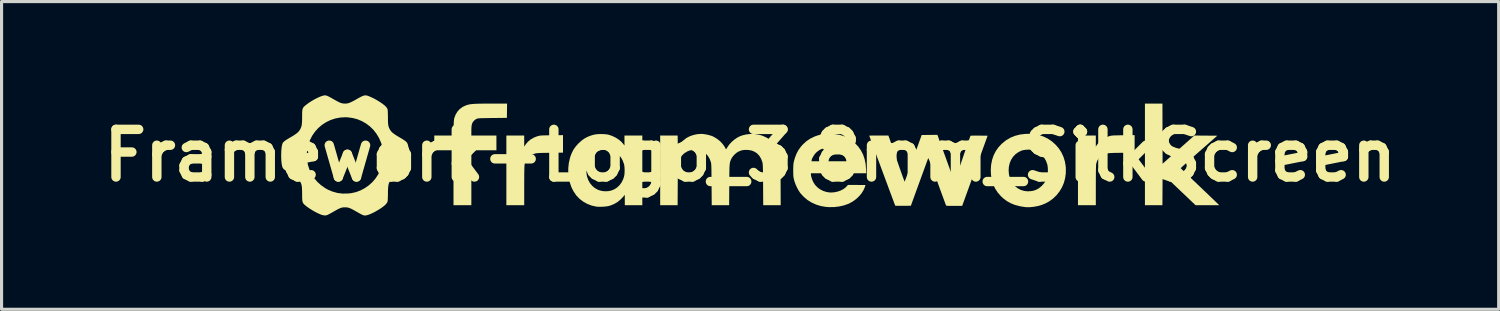
<source format=kicad_pcb>
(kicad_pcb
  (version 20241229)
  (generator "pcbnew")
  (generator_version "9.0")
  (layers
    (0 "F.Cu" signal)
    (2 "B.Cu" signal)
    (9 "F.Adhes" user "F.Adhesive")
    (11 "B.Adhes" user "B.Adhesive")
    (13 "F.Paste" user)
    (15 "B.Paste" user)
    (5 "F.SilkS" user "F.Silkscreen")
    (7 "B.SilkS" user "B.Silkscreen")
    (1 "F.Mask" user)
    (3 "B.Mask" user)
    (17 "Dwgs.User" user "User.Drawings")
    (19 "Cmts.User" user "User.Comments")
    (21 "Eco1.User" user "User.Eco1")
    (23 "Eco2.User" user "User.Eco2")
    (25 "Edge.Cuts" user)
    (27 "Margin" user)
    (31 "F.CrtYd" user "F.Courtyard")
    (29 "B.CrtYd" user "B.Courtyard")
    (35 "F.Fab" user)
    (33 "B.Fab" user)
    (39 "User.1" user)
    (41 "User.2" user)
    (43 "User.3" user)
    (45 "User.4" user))
  (footprint "Framework-Logo_3.8mm_SilkScreen"
    (layer "F.Cu")
    (at 20.944 1.922)
    (property "Reference" "Framework-Logo_3.8mm_SilkScreen" (at 0 0 0) (layer "F.SilkS") (effects (font (size 1.524 1.524) (thickness 0.3))))
    (attr board_only exclude_from_pos_files exclude_from_bom)
    (fp_poly (pts (xy 13.191 -0.697) (xy 13.194 0.265) (xy 13.701 -0.186) (xy 14.209 -0.637) (xy 14.944 -0.631) (xy 14.357 -0.116) (xy 14.26 -0.031) (xy 14.169 0.05) (xy 14.083 0.125) (xy 14.006 0.195) (xy 13.937 0.256) (xy 13.878 0.309) (xy 13.832 0.351) (xy 13.798 0.383) (xy 13.778 0.402) (xy 13.773 0.408) (xy 13.781 0.416) (xy 13.804 0.439) (xy 13.841 0.474) (xy 13.889 0.521) (xy 13.948 0.578) (xy 14.016 0.644) (xy 14.093 0.717) (xy 14.176 0.797) (xy 14.265 0.881) (xy 14.32 0.934) (xy 14.414 1.023) (xy 14.504 1.11) (xy 14.591 1.192) (xy 14.671 1.268) (xy 14.743 1.338) (xy 14.807 1.399) (xy 14.86 1.449) (xy 14.9 1.488) (xy 14.927 1.515) (xy 14.935 1.522) (xy 15.006 1.592) (xy 14.627 1.592) (xy 14.248 1.592) (xy 13.721 1.09) (xy 13.194 0.588) (xy 13.191 1.09) (xy 13.188 1.592) (xy 12.629 1.592) (xy 12.629 -1.658) (xy 13.189 -1.658)) (stroke (width 0) (type solid)) (fill yes) (layer "F.SilkS"))
    (fp_poly (pts (xy 12.299 -0.09) (xy 11.89 -0.085) (xy 11.774 -0.083) (xy 11.677 -0.082) (xy 11.597 -0.079) (xy 11.531 -0.076) (xy 11.478 -0.072) (xy 11.433 -0.066) (xy 11.396 -0.058) (xy 11.362 -0.049) (xy 11.331 -0.037) (xy 11.299 -0.022) (xy 11.282 -0.014) (xy 11.204 0.035) (xy 11.143 0.099) (xy 11.098 0.178) (xy 11.07 0.27) (xy 11.069 0.274) (xy 11.067 0.298) (xy 11.065 0.342) (xy 11.063 0.405) (xy 11.061 0.485) (xy 11.06 0.58) (xy 11.059 0.69) (xy 11.059 0.813) (xy 11.058 0.946) (xy 11.058 0.962) (xy 11.058 1.592) (xy 10.487 1.592) (xy 10.487 -0.637) (xy 11.058 -0.637) (xy 11.058 -0.283) (xy 11.103 -0.35) (xy 11.174 -0.437) (xy 11.262 -0.51) (xy 11.366 -0.57) (xy 11.486 -0.616) (xy 11.487 -0.616) (xy 11.511 -0.623) (xy 11.534 -0.628) (xy 11.559 -0.633) (xy 11.59 -0.636) (xy 11.628 -0.639) (xy 11.677 -0.641) (xy 11.739 -0.642) (xy 11.817 -0.644) (xy 11.913 -0.645) (xy 11.934 -0.645) (xy 12.299 -0.649)) (stroke (width 0) (type solid)) (fill yes) (layer "F.SilkS"))
    (fp_poly (pts (xy -5.985 -0.09) (xy -6.394 -0.085) (xy -6.506 -0.083) (xy -6.598 -0.082) (xy -6.672 -0.08) (xy -6.732 -0.078) (xy -6.779 -0.075) (xy -6.816 -0.072) (xy -6.845 -0.068) (xy -6.868 -0.063) (xy -6.872 -0.062) (xy -6.97 -0.029) (xy -7.053 0.016) (xy -7.118 0.07) (xy -7.166 0.133) (xy -7.17 0.142) (xy -7.182 0.165) (xy -7.191 0.187) (xy -7.199 0.21) (xy -7.206 0.237) (xy -7.211 0.269) (xy -7.215 0.308) (xy -7.219 0.355) (xy -7.221 0.414) (xy -7.223 0.484) (xy -7.224 0.569) (xy -7.225 0.67) (xy -7.225 0.789) (xy -7.226 0.928) (xy -7.226 0.958) (xy -7.226 1.592) (xy -7.797 1.592) (xy -7.797 -0.637) (xy -7.226 -0.637) (xy -7.226 -0.283) (xy -7.181 -0.35) (xy -7.11 -0.437) (xy -7.022 -0.51) (xy -6.918 -0.57) (xy -6.798 -0.616) (xy -6.797 -0.616) (xy -6.774 -0.623) (xy -6.75 -0.628) (xy -6.725 -0.633) (xy -6.694 -0.636) (xy -6.656 -0.639) (xy -6.607 -0.641) (xy -6.545 -0.642) (xy -6.467 -0.644) (xy -6.371 -0.645) (xy -6.35 -0.645) (xy -5.985 -0.649)) (stroke (width 0) (type solid)) (fill yes) (layer "F.SilkS"))
    (fp_poly (pts (xy -7.777 -1.43) (xy -7.78 -1.202) (xy -8.242 -1.197) (xy -8.355 -1.196) (xy -8.448 -1.194) (xy -8.524 -1.193) (xy -8.584 -1.191) (xy -8.631 -1.19) (xy -8.667 -1.187) (xy -8.694 -1.185) (xy -8.715 -1.181) (xy -8.731 -1.177) (xy -8.744 -1.172) (xy -8.752 -1.169) (xy -8.79 -1.146) (xy -8.828 -1.115) (xy -8.842 -1.101) (xy -8.87 -1.065) (xy -8.89 -1.026) (xy -8.904 -0.979) (xy -8.912 -0.921) (xy -8.916 -0.847) (xy -8.917 -0.789) (xy -8.917 -0.637) (xy -8.115 -0.637) (xy -8.115 -0.165) (xy -8.917 -0.165) (xy -8.917 1.592) (xy -9.488 1.592) (xy -9.488 -0.165) (xy -10.103 -0.165) (xy -10.103 -0.637) (xy -9.491 -0.637) (xy -9.485 -0.887) (xy -9.482 -0.983) (xy -9.479 -1.06) (xy -9.474 -1.12) (xy -9.469 -1.164) (xy -9.462 -1.196) (xy -9.462 -1.196) (xy -9.42 -1.307) (xy -9.361 -1.404) (xy -9.287 -1.485) (xy -9.197 -1.551) (xy -9.092 -1.6) (xy -9.037 -1.618) (xy -9.002 -1.627) (xy -8.964 -1.635) (xy -8.921 -1.641) (xy -8.87 -1.646) (xy -8.81 -1.65) (xy -8.738 -1.653) (xy -8.653 -1.656) (xy -8.553 -1.657) (xy -8.434 -1.658) (xy -8.297 -1.658) (xy -8.283 -1.658) (xy -7.774 -1.658)) (stroke (width 0) (type solid)) (fill yes) (layer "F.SilkS"))
    (fp_poly (pts (xy 9.071 -0.682) (xy 9.23 -0.654) (xy 9.379 -0.607) (xy 9.518 -0.54) (xy 9.647 -0.454) (xy 9.767 -0.348) (xy 9.769 -0.347) (xy 9.872 -0.229) (xy 9.956 -0.099) (xy 10.022 0.042) (xy 10.068 0.192) (xy 10.095 0.35) (xy 10.099 0.412) (xy 10.098 0.574) (xy 10.076 0.731) (xy 10.035 0.88) (xy 9.975 1.021) (xy 9.897 1.151) (xy 9.803 1.271) (xy 9.693 1.377) (xy 9.568 1.468) (xy 9.438 1.539) (xy 9.327 1.583) (xy 9.205 1.618) (xy 9.078 1.642) (xy 8.952 1.655) (xy 8.834 1.655) (xy 8.791 1.651) (xy 8.624 1.624) (xy 8.473 1.584) (xy 8.336 1.529) (xy 8.211 1.459) (xy 8.096 1.372) (xy 8.027 1.308) (xy 7.924 1.191) (xy 7.841 1.066) (xy 7.777 0.931) (xy 7.732 0.787) (xy 7.706 0.631) (xy 7.698 0.478) (xy 8.269 0.478) (xy 8.279 0.603) (xy 8.306 0.718) (xy 8.351 0.822) (xy 8.41 0.914) (xy 8.483 0.993) (xy 8.568 1.057) (xy 8.664 1.105) (xy 8.769 1.136) (xy 8.881 1.148) (xy 8.999 1.14) (xy 9.06 1.129) (xy 9.153 1.097) (xy 9.24 1.048) (xy 9.324 0.979) (xy 9.335 0.967) (xy 9.402 0.892) (xy 9.452 0.814) (xy 9.489 0.726) (xy 9.506 0.669) (xy 9.518 0.605) (xy 9.524 0.528) (xy 9.525 0.446) (xy 9.52 0.368) (xy 9.509 0.3) (xy 9.506 0.286) (xy 9.465 0.174) (xy 9.407 0.074) (xy 9.334 -0.013) (xy 9.248 -0.085) (xy 9.15 -0.139) (xy 9.06 -0.17) (xy 8.993 -0.182) (xy 8.915 -0.186) (xy 8.834 -0.183) (xy 8.757 -0.173) (xy 8.692 -0.158) (xy 8.681 -0.154) (xy 8.575 -0.102) (xy 8.484 -0.035) (xy 8.407 0.048) (xy 8.346 0.143) (xy 8.302 0.251) (xy 8.276 0.368) (xy 8.269 0.478) (xy 7.698 0.478) (xy 7.698 0.474) (xy 7.708 0.307) (xy 7.738 0.15) (xy 7.786 0.004) (xy 7.854 -0.132) (xy 7.941 -0.257) (xy 8.046 -0.371) (xy 8.17 -0.472) (xy 8.199 -0.493) (xy 8.332 -0.57) (xy 8.476 -0.628) (xy 8.631 -0.668) (xy 8.796 -0.688) (xy 8.901 -0.692)) (stroke (width 0) (type solid)) (fill yes) (layer "F.SilkS"))
    (fp_poly (pts (xy -4.651 -0.68) (xy -4.571 -0.671) (xy -4.519 -0.66) (xy -4.41 -0.623) (xy -4.304 -0.572) (xy -4.206 -0.51) (xy -4.121 -0.439) (xy -4.053 -0.362) (xy -4.05 -0.358) (xy -4.019 -0.315) (xy -4.019 -0.637) (xy -3.448 -0.637) (xy -3.448 1.592) (xy -4.008 1.592) (xy -4.009 1.425) (xy -4.009 1.257) (xy -4.038 1.296) (xy -4.059 1.32) (xy -4.09 1.354) (xy -4.127 1.392) (xy -4.149 1.414) (xy -4.24 1.489) (xy -4.345 1.551) (xy -4.461 1.599) (xy -4.513 1.615) (xy -4.573 1.627) (xy -4.647 1.636) (xy -4.728 1.641) (xy -4.808 1.643) (xy -4.88 1.641) (xy -4.925 1.636) (xy -5.071 1.603) (xy -5.208 1.55) (xy -5.335 1.48) (xy -5.451 1.392) (xy -5.552 1.288) (xy -5.568 1.268) (xy -5.649 1.148) (xy -5.716 1.015) (xy -5.766 0.871) (xy -5.8 0.72) (xy -5.817 0.562) (xy -5.817 0.46) (xy -5.238 0.46) (xy -5.235 0.55) (xy -5.225 0.633) (xy -5.217 0.672) (xy -5.178 0.786) (xy -5.122 0.887) (xy -5.05 0.974) (xy -4.965 1.045) (xy -4.866 1.099) (xy -4.854 1.104) (xy -4.753 1.134) (xy -4.645 1.147) (xy -4.535 1.142) (xy -4.447 1.124) (xy -4.347 1.085) (xy -4.256 1.027) (xy -4.177 0.952) (xy -4.111 0.863) (xy -4.06 0.759) (xy -4.034 0.68) (xy -4.022 0.619) (xy -4.016 0.544) (xy -4.014 0.464) (xy -4.018 0.384) (xy -4.026 0.313) (xy -4.034 0.275) (xy -4.075 0.164) (xy -4.131 0.065) (xy -4.202 -0.02) (xy -4.286 -0.09) (xy -4.381 -0.143) (xy -4.46 -0.171) (xy -4.516 -0.181) (xy -4.585 -0.185) (xy -4.658 -0.185) (xy -4.727 -0.18) (xy -4.78 -0.17) (xy -4.885 -0.132) (xy -4.98 -0.075) (xy -5.062 -0.002) (xy -5.131 0.086) (xy -5.185 0.187) (xy -5.221 0.297) (xy -5.233 0.372) (xy -5.238 0.46) (xy -5.817 0.46) (xy -5.816 0.402) (xy -5.799 0.242) (xy -5.763 0.084) (xy -5.747 0.03) (xy -5.702 -0.085) (xy -5.649 -0.187) (xy -5.583 -0.281) (xy -5.5 -0.375) (xy -5.485 -0.39) (xy -5.386 -0.479) (xy -5.285 -0.55) (xy -5.176 -0.605) (xy -5.055 -0.648) (xy -4.981 -0.667) (xy -4.911 -0.678) (xy -4.828 -0.683) (xy -4.739 -0.684)) (stroke (width 0) (type solid)) (fill yes) (layer "F.SilkS"))
    (fp_poly (pts (xy 2.718 -0.683) (xy 2.873 -0.656) (xy 3.016 -0.612) (xy 3.148 -0.548) (xy 3.271 -0.467) (xy 3.361 -0.388) (xy 3.463 -0.277) (xy 3.547 -0.157) (xy 3.613 -0.028) (xy 3.661 0.113) (xy 3.693 0.265) (xy 3.708 0.426) (xy 3.715 0.571) (xy 1.944 0.571) (xy 1.944 0.602) (xy 1.949 0.649) (xy 1.964 0.708) (xy 1.986 0.774) (xy 2.014 0.839) (xy 2.017 0.845) (xy 2.073 0.936) (xy 2.146 1.015) (xy 2.234 1.082) (xy 2.332 1.133) (xy 2.439 1.168) (xy 2.551 1.185) (xy 2.591 1.186) (xy 2.698 1.178) (xy 2.802 1.156) (xy 2.9 1.121) (xy 2.987 1.075) (xy 3.059 1.02) (xy 3.073 1.005) (xy 3.131 0.944) (xy 3.41 0.944) (xy 3.486 0.945) (xy 3.554 0.945) (xy 3.611 0.946) (xy 3.655 0.946) (xy 3.682 0.947) (xy 3.69 0.948) (xy 3.687 0.96) (xy 3.678 0.986) (xy 3.67 1.012) (xy 3.625 1.115) (xy 3.562 1.215) (xy 3.481 1.311) (xy 3.387 1.398) (xy 3.282 1.474) (xy 3.169 1.536) (xy 3.138 1.55) (xy 2.997 1.599) (xy 2.845 1.633) (xy 2.685 1.652) (xy 2.521 1.653) (xy 2.423 1.646) (xy 2.264 1.619) (xy 2.113 1.573) (xy 1.971 1.509) (xy 1.839 1.428) (xy 1.721 1.33) (xy 1.617 1.218) (xy 1.601 1.197) (xy 1.551 1.122) (xy 1.502 1.033) (xy 1.458 0.937) (xy 1.423 0.842) (xy 1.409 0.796) (xy 1.399 0.753) (xy 1.391 0.716) (xy 1.385 0.678) (xy 1.382 0.635) (xy 1.38 0.582) (xy 1.379 0.514) (xy 1.379 0.489) (xy 1.379 0.403) (xy 1.382 0.333) (xy 1.386 0.274) (xy 1.394 0.221) (xy 1.402 0.187) (xy 1.966 0.187) (xy 3.12 0.187) (xy 3.113 0.162) (xy 3.088 0.095) (xy 3.049 0.023) (xy 3.003 -0.045) (xy 2.959 -0.095) (xy 2.879 -0.161) (xy 2.791 -0.208) (xy 2.693 -0.238) (xy 2.582 -0.252) (xy 2.543 -0.252) (xy 2.423 -0.244) (xy 2.317 -0.219) (xy 2.223 -0.176) (xy 2.138 -0.115) (xy 2.107 -0.086) (xy 2.072 -0.046) (xy 2.038 0.001) (xy 2.008 0.053) (xy 1.983 0.101) (xy 1.969 0.142) (xy 1.966 0.163) (xy 1.966 0.187) (xy 1.402 0.187) (xy 1.407 0.167) (xy 1.424 0.107) (xy 1.435 0.071) (xy 1.486 -0.06) (xy 1.55 -0.179) (xy 1.631 -0.289) (xy 1.686 -0.35) (xy 1.798 -0.453) (xy 1.923 -0.538) (xy 2.061 -0.605) (xy 2.163 -0.641) (xy 2.238 -0.661) (xy 2.307 -0.676) (xy 2.378 -0.685) (xy 2.457 -0.69) (xy 2.551 -0.692) (xy 2.551 -0.692)) (stroke (width 0) (type solid)) (fill yes) (layer "F.SilkS"))
    (fp_poly (pts (xy 6.259 0.079) (xy 6.303 0.201) (xy 6.345 0.317) (xy 6.384 0.425) (xy 6.421 0.524) (xy 6.453 0.611) (xy 6.481 0.686) (xy 6.503 0.747) (xy 6.52 0.792) (xy 6.531 0.819) (xy 6.534 0.827) (xy 6.539 0.818) (xy 6.55 0.79) (xy 6.567 0.745) (xy 6.589 0.684) (xy 6.617 0.608) (xy 6.648 0.52) (xy 6.683 0.421) (xy 6.721 0.313) (xy 6.761 0.197) (xy 6.792 0.108) (xy 6.833 -0.014) (xy 6.873 -0.129) (xy 6.91 -0.236) (xy 6.944 -0.334) (xy 6.975 -0.421) (xy 7.001 -0.495) (xy 7.022 -0.554) (xy 7.037 -0.597) (xy 7.047 -0.623) (xy 7.049 -0.629) (xy 7.062 -0.631) (xy 7.094 -0.633) (xy 7.141 -0.634) (xy 7.201 -0.635) (xy 7.271 -0.635) (xy 7.327 -0.634) (xy 7.597 -0.631) (xy 6.783 1.614) (xy 6.528 1.614) (xy 6.447 1.614) (xy 6.386 1.614) (xy 6.34 1.613) (xy 6.309 1.611) (xy 6.288 1.609) (xy 6.275 1.605) (xy 6.269 1.599) (xy 6.264 1.592) (xy 6.263 1.59) (xy 6.258 1.575) (xy 6.245 1.542) (xy 6.227 1.492) (xy 6.202 1.426) (xy 6.173 1.346) (xy 6.139 1.254) (xy 6.102 1.152) (xy 6.061 1.041) (xy 6.018 0.922) (xy 5.979 0.816) (xy 5.92 0.655) (xy 5.868 0.514) (xy 5.823 0.394) (xy 5.785 0.294) (xy 5.754 0.214) (xy 5.73 0.153) (xy 5.712 0.112) (xy 5.701 0.089) (xy 5.697 0.085) (xy 5.692 0.099) (xy 5.68 0.131) (xy 5.662 0.18) (xy 5.638 0.245) (xy 5.609 0.324) (xy 5.576 0.416) (xy 5.539 0.518) (xy 5.498 0.629) (xy 5.455 0.747) (xy 5.415 0.857) (xy 5.142 1.609) (xy 4.894 1.612) (xy 4.823 1.612) (xy 4.759 1.612) (xy 4.706 1.611) (xy 4.667 1.609) (xy 4.645 1.607) (xy 4.641 1.606) (xy 4.637 1.594) (xy 4.625 1.564) (xy 4.607 1.517) (xy 4.584 1.454) (xy 4.555 1.377) (xy 4.522 1.287) (xy 4.484 1.186) (xy 4.443 1.077) (xy 4.4 0.959) (xy 4.354 0.836) (xy 4.306 0.708) (xy 4.258 0.578) (xy 4.209 0.446) (xy 4.161 0.315) (xy 4.113 0.186) (xy 4.066 0.061) (xy 4.022 -0.059) (xy 3.98 -0.172) (xy 3.942 -0.276) (xy 3.907 -0.37) (xy 3.877 -0.452) (xy 3.851 -0.521) (xy 3.831 -0.575) (xy 3.818 -0.612) (xy 3.811 -0.631) (xy 3.811 -0.633) (xy 3.821 -0.634) (xy 3.851 -0.635) (xy 3.897 -0.636) (xy 3.957 -0.636) (xy 4.027 -0.637) (xy 4.106 -0.637) (xy 4.117 -0.637) (xy 4.423 -0.637) (xy 4.456 -0.546) (xy 4.465 -0.52) (xy 4.481 -0.475) (xy 4.502 -0.413) (xy 4.529 -0.336) (xy 4.559 -0.248) (xy 4.593 -0.149) (xy 4.63 -0.042) (xy 4.669 0.071) (xy 4.709 0.189) (xy 4.712 0.195) (xy 4.751 0.309) (xy 4.788 0.416) (xy 4.823 0.515) (xy 4.855 0.604) (xy 4.882 0.681) (xy 4.906 0.745) (xy 4.924 0.793) (xy 4.936 0.824) (xy 4.943 0.837) (xy 4.943 0.837) (xy 4.948 0.826) (xy 4.96 0.795) (xy 4.978 0.748) (xy 5.002 0.684) (xy 5.03 0.607) (xy 5.063 0.517) (xy 5.1 0.416) (xy 5.14 0.307) (xy 5.183 0.19) (xy 5.22 0.088) (xy 5.488 -0.653) (xy 5.74 -0.656) (xy 5.991 -0.659)) (stroke (width 0) (type solid)) (fill yes) (layer "F.SilkS"))
    (fp_poly (pts (xy -1.51 -0.686) (xy -1.442 -0.677) (xy -1.368 -0.663) (xy -1.295 -0.645) (xy -1.231 -0.625) (xy -1.199 -0.613) (xy -1.124 -0.573) (xy -1.046 -0.522) (xy -0.973 -0.465) (xy -0.939 -0.433) (xy -0.902 -0.393) (xy -0.864 -0.346) (xy -0.829 -0.298) (xy -0.802 -0.255) (xy -0.786 -0.221) (xy -0.785 -0.219) (xy -0.778 -0.203) (xy -0.769 -0.201) (xy -0.756 -0.215) (xy -0.736 -0.246) (xy -0.727 -0.262) (xy -0.669 -0.346) (xy -0.594 -0.428) (xy -0.508 -0.503) (xy -0.416 -0.567) (xy -0.333 -0.611) (xy -0.233 -0.646) (xy -0.12 -0.672) (xy -0.003 -0.685) (xy 0.111 -0.686) (xy 0.165 -0.682) (xy 0.254 -0.668) (xy 0.33 -0.651) (xy 0.401 -0.627) (xy 0.476 -0.594) (xy 0.494 -0.586) (xy 0.542 -0.561) (xy 0.581 -0.537) (xy 0.617 -0.51) (xy 0.656 -0.475) (xy 0.703 -0.429) (xy 0.75 -0.381) (xy 0.785 -0.342) (xy 0.812 -0.305) (xy 0.837 -0.264) (xy 0.863 -0.213) (xy 0.866 -0.209) (xy 0.885 -0.17) (xy 0.902 -0.135) (xy 0.917 -0.103) (xy 0.929 -0.072) (xy 0.939 -0.04) (xy 0.948 -0.006) (xy 0.955 0.033) (xy 0.96 0.079) (xy 0.965 0.132) (xy 0.968 0.195) (xy 0.97 0.27) (xy 0.972 0.359) (xy 0.973 0.462) (xy 0.974 0.583) (xy 0.974 0.723) (xy 0.975 0.837) (xy 0.978 1.592) (xy 0.419 1.592) (xy 0.415 0.936) (xy 0.414 0.797) (xy 0.413 0.679) (xy 0.412 0.578) (xy 0.411 0.495) (xy 0.409 0.426) (xy 0.408 0.37) (xy 0.406 0.325) (xy 0.403 0.29) (xy 0.401 0.263) (xy 0.398 0.241) (xy 0.394 0.224) (xy 0.392 0.214) (xy 0.351 0.106) (xy 0.297 0.015) (xy 0.23 -0.059) (xy 0.15 -0.115) (xy 0.058 -0.154) (xy -0.047 -0.174) (xy -0.117 -0.177) (xy -0.19 -0.175) (xy -0.25 -0.167) (xy -0.305 -0.151) (xy -0.366 -0.126) (xy -0.372 -0.123) (xy -0.427 -0.09) (xy -0.485 -0.042) (xy -0.538 0.014) (xy -0.58 0.071) (xy -0.596 0.099) (xy -0.61 0.127) (xy -0.621 0.152) (xy -0.631 0.177) (xy -0.639 0.203) (xy -0.646 0.232) (xy -0.651 0.266) (xy -0.655 0.307) (xy -0.659 0.356) (xy -0.661 0.416) (xy -0.663 0.489) (xy -0.664 0.576) (xy -0.665 0.68) (xy -0.666 0.802) (xy -0.667 0.942) (xy -0.671 1.592) (xy -1.228 1.592) (xy -1.233 0.936) (xy -1.234 0.797) (xy -1.235 0.679) (xy -1.236 0.578) (xy -1.237 0.495) (xy -1.238 0.426) (xy -1.24 0.37) (xy -1.241 0.325) (xy -1.244 0.29) (xy -1.246 0.263) (xy -1.249 0.241) (xy -1.253 0.224) (xy -1.256 0.214) (xy -1.296 0.106) (xy -1.35 0.015) (xy -1.417 -0.059) (xy -1.497 -0.115) (xy -1.589 -0.154) (xy -1.695 -0.174) (xy -1.764 -0.177) (xy -1.838 -0.175) (xy -1.898 -0.167) (xy -1.954 -0.151) (xy -2.014 -0.126) (xy -2.017 -0.124) (xy -2.102 -0.072) (xy -2.175 -0.002) (xy -2.234 0.085) (xy -2.28 0.188) (xy -2.282 0.195) (xy -2.311 0.28) (xy -2.315 0.936) (xy -2.319 1.592) (xy -2.877 1.592) (xy -2.877 -0.637) (xy -2.318 -0.637) (xy -2.315 -0.454) (xy -2.312 -0.272) (xy -2.276 -0.326) (xy -2.242 -0.371) (xy -2.195 -0.423) (xy -2.14 -0.475) (xy -2.083 -0.523) (xy -2.031 -0.561) (xy -2.016 -0.57) (xy -1.917 -0.619) (xy -1.806 -0.656) (xy -1.691 -0.68) (xy -1.577 -0.689)) (stroke (width 0) (type solid)) (fill yes) (layer "F.SilkS"))
    (fp_poly (pts (xy -13.603 -1.922) (xy -13.581 -1.92) (xy -13.56 -1.917) (xy -13.535 -1.909) (xy -13.504 -1.896) (xy -13.465 -1.876) (xy -13.414 -1.849) (xy -13.349 -1.812) (xy -13.295 -1.781) (xy -13.219 -1.739) (xy -13.157 -1.707) (xy -13.106 -1.684) (xy -13.06 -1.67) (xy -13.017 -1.662) (xy -12.972 -1.658) (xy -12.954 -1.658) (xy -12.913 -1.66) (xy -12.873 -1.666) (xy -12.83 -1.678) (xy -12.781 -1.698) (xy -12.724 -1.725) (xy -12.654 -1.762) (xy -12.585 -1.801) (xy -12.507 -1.845) (xy -12.444 -1.878) (xy -12.393 -1.901) (xy -12.352 -1.915) (xy -12.315 -1.921) (xy -12.28 -1.92) (xy -12.244 -1.912) (xy -12.204 -1.898) (xy -12.195 -1.895) (xy -12.113 -1.86) (xy -12.023 -1.816) (xy -11.932 -1.765) (xy -11.845 -1.711) (xy -11.765 -1.657) (xy -11.698 -1.605) (xy -11.666 -1.576) (xy -11.622 -1.526) (xy -11.599 -1.481) (xy -11.597 -1.477) (xy -11.594 -1.452) (xy -11.59 -1.409) (xy -11.588 -1.353) (xy -11.586 -1.287) (xy -11.585 -1.219) (xy -11.585 -1.131) (xy -11.583 -1.062) (xy -11.579 -1.007) (xy -11.573 -0.962) (xy -11.564 -0.924) (xy -11.552 -0.889) (xy -11.535 -0.852) (xy -11.533 -0.849) (xy -11.51 -0.808) (xy -11.481 -0.769) (xy -11.444 -0.732) (xy -11.395 -0.693) (xy -11.334 -0.651) (xy -11.256 -0.603) (xy -11.211 -0.577) (xy -11.134 -0.531) (xy -11.074 -0.493) (xy -11.028 -0.461) (xy -10.995 -0.431) (xy -10.971 -0.401) (xy -10.955 -0.368) (xy -10.944 -0.331) (xy -10.936 -0.294) (xy -10.93 -0.249) (xy -10.926 -0.185) (xy -10.923 -0.108) (xy -10.921 -0.019) (xy -10.921 0) (xy -10.922 0.09) (xy -10.925 0.17) (xy -10.929 0.237) (xy -10.935 0.287) (xy -10.936 0.294) (xy -10.945 0.338) (xy -10.957 0.374) (xy -10.975 0.406) (xy -11 0.436) (xy -11.035 0.466) (xy -11.083 0.5) (xy -11.146 0.539) (xy -11.21 0.577) (xy -11.307 0.634) (xy -11.386 0.686) (xy -11.449 0.736) (xy -11.497 0.786) (xy -11.532 0.84) (xy -11.557 0.9) (xy -11.573 0.971) (xy -11.581 1.055) (xy -11.585 1.155) (xy -11.585 1.218) (xy -11.586 1.29) (xy -11.588 1.356) (xy -11.591 1.412) (xy -11.594 1.454) (xy -11.597 1.477) (xy -11.62 1.522) (xy -11.662 1.572) (xy -11.666 1.576) (xy -11.72 1.623) (xy -11.787 1.673) (xy -11.861 1.722) (xy -11.941 1.77) (xy -12.022 1.815) (xy -12.101 1.854) (xy -12.175 1.886) (xy -12.24 1.908) (xy -12.293 1.92) (xy -12.312 1.922) (xy -12.334 1.92) (xy -12.356 1.917) (xy -12.381 1.909) (xy -12.411 1.896) (xy -12.45 1.877) (xy -12.501 1.849) (xy -12.565 1.813) (xy -12.621 1.781) (xy -12.696 1.739) (xy -12.757 1.707) (xy -12.808 1.685) (xy -12.854 1.67) (xy -12.897 1.662) (xy -12.944 1.659) (xy -12.972 1.659) (xy -13.013 1.661) (xy -13.052 1.667) (xy -13.093 1.679) (xy -13.14 1.698) (xy -13.197 1.726) (xy -13.265 1.764) (xy -13.317 1.793) (xy -13.374 1.826) (xy -13.428 1.856) (xy -13.474 1.881) (xy -13.507 1.898) (xy -13.522 1.905) (xy -13.58 1.92) (xy -13.644 1.916) (xy -13.719 1.896) (xy -13.733 1.89) (xy -13.821 1.852) (xy -13.916 1.804) (xy -14.011 1.749) (xy -14.102 1.692) (xy -14.182 1.635) (xy -14.236 1.591) (xy -14.266 1.564) (xy -14.288 1.538) (xy -14.305 1.511) (xy -14.317 1.478) (xy -14.324 1.437) (xy -14.328 1.384) (xy -14.33 1.316) (xy -14.33 1.239) (xy -14.331 1.145) (xy -14.334 1.07) (xy -14.338 1.01) (xy -14.345 0.96) (xy -14.356 0.919) (xy -14.37 0.88) (xy -14.387 0.845) (xy -14.414 0.801) (xy -14.446 0.76) (xy -14.487 0.721) (xy -14.54 0.68) (xy -14.606 0.636) (xy -14.69 0.586) (xy -14.699 0.581) (xy -14.775 0.537) (xy -14.835 0.5) (xy -14.88 0.469) (xy -14.912 0.442) (xy -14.936 0.417) (xy -14.952 0.391) (xy -14.962 0.369) (xy -14.976 0.315) (xy -14.987 0.245) (xy -14.995 0.162) (xy -14.999 0.071) (xy -15 0.007) (xy -14.182 0.007) (xy -14.172 0.161) (xy -14.142 0.311) (xy -14.094 0.456) (xy -14.028 0.595) (xy -13.945 0.724) (xy -13.845 0.843) (xy -13.729 0.949) (xy -13.598 1.042) (xy -13.502 1.096) (xy -13.353 1.158) (xy -13.2 1.2) (xy -13.04 1.22) (xy -12.875 1.219) (xy -12.755 1.206) (xy -12.607 1.173) (xy -12.464 1.12) (xy -12.328 1.048) (xy -12.201 0.96) (xy -12.085 0.856) (xy -11.984 0.739) (xy -11.899 0.611) (xy -11.878 0.571) (xy -11.82 0.447) (xy -11.779 0.329) (xy -11.753 0.208) (xy -11.741 0.079) (xy -11.739 0) (xy -11.745 -0.136) (xy -11.762 -0.259) (xy -11.793 -0.373) (xy -11.801 -0.399) (xy -11.867 -0.551) (xy -11.949 -0.69) (xy -12.047 -0.816) (xy -12.158 -0.926) (xy -12.282 -1.02) (xy -12.418 -1.098) (xy -12.563 -1.158) (xy -12.716 -1.198) (xy -12.877 -1.219) (xy -12.958 -1.222) (xy -13.12 -1.211) (xy -13.276 -1.18) (xy -13.426 -1.13) (xy -13.566 -1.062) (xy -13.696 -0.977) (xy -13.815 -0.875) (xy -13.919 -0.759) (xy -14.009 -0.629) (xy -14.081 -0.487) (xy -14.092 -0.461) (xy -14.143 -0.306) (xy -14.173 -0.15) (xy -14.182 0.007) (xy -15 0.007) (xy -15 -0.024) (xy -14.997 -0.117) (xy -14.991 -0.205) (xy -14.982 -0.282) (xy -14.969 -0.345) (xy -14.962 -0.369) (xy -14.95 -0.396) (xy -14.933 -0.421) (xy -14.908 -0.446) (xy -14.873 -0.473) (xy -14.826 -0.505) (xy -14.764 -0.543) (xy -14.699 -0.581) (xy -14.613 -0.632) (xy -14.545 -0.677) (xy -14.491 -0.717) (xy -14.449 -0.757) (xy -14.416 -0.797) (xy -14.39 -0.841) (xy -14.387 -0.845) (xy -14.369 -0.882) (xy -14.355 -0.921) (xy -14.345 -0.963) (xy -14.338 -1.013) (xy -14.333 -1.074) (xy -14.331 -1.15) (xy -14.33 -1.239) (xy -14.33 -1.324) (xy -14.328 -1.391) (xy -14.323 -1.442) (xy -14.316 -1.482) (xy -14.304 -1.514) (xy -14.286 -1.541) (xy -14.263 -1.567) (xy -14.236 -1.591) (xy -14.174 -1.641) (xy -14.102 -1.692) (xy -14.023 -1.742) (xy -13.942 -1.79) (xy -13.86 -1.832) (xy -13.782 -1.868) (xy -13.711 -1.897) (xy -13.651 -1.915) (xy -13.604 -1.922)) (stroke (width 0) (type solid)) (fill yes) (layer "F.SilkS")))
  (gr_rect
    (start -3 -3)
    (end 44.888 6.843)
    (stroke (width 0.1) (type default))
    (fill no)
    (layer "Edge.Cuts")))
</source>
